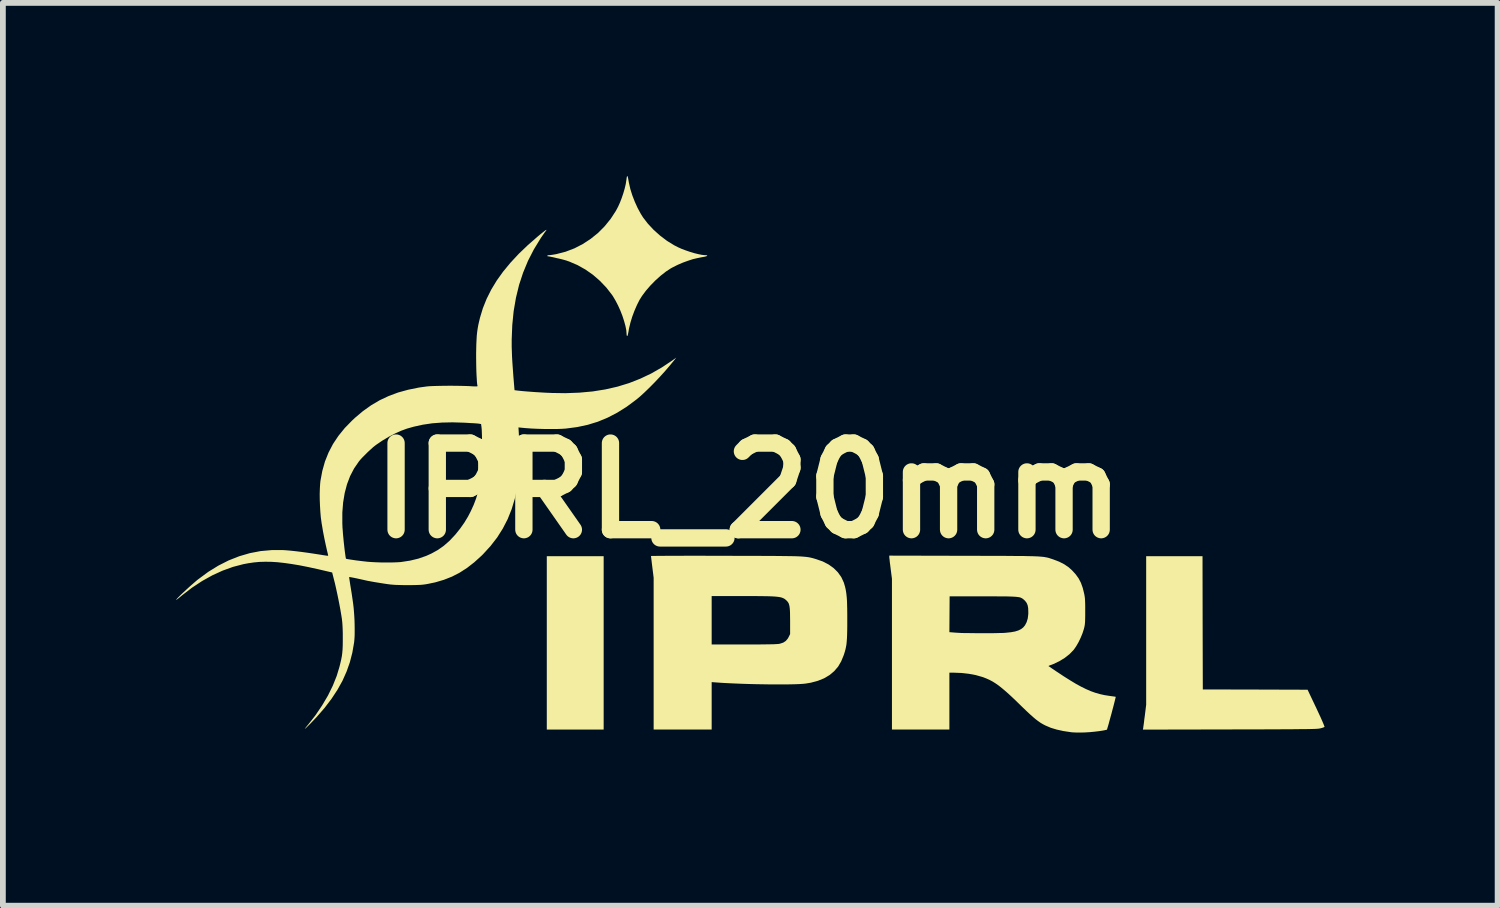
<source format=kicad_pcb>
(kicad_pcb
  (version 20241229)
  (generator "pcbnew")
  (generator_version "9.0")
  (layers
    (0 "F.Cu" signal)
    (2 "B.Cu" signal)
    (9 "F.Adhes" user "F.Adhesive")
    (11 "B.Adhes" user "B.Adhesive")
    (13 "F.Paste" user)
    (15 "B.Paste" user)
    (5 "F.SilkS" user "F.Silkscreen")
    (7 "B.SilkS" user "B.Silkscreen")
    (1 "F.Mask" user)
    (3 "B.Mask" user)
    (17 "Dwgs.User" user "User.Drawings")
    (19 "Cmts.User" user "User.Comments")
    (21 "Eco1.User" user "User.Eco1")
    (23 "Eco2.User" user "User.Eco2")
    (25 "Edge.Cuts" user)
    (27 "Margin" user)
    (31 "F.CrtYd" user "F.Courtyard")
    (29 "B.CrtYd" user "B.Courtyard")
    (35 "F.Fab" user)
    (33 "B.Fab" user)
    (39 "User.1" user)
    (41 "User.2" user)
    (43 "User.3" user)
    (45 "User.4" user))
  (footprint "IPRL_20mm"
    (layer "F.Cu")
    (at 9.918 5.447)
    (property "Reference" "IPRL_20mm" (at 0 0 0) (layer "F.SilkS") (effects (font (size 1.5 1.5) (thickness 0.3))))
    (attr board_only exclude_from_pos_files exclude_from_bom)
    (fp_poly (pts (xy -2.511 2.639) (xy -2.511 4.141) (xy -3.003 4.141) (xy -3.496 4.141) (xy -3.496 2.639) (xy -3.496 1.138) (xy -3.003 1.138) (xy -2.511 1.138)) (stroke (width 0) (type solid)) (fill yes) (layer "F.SilkS"))
    (fp_poly (pts (xy 7.865 2.292) (xy 7.868 3.446) (xy 8.775 3.448) (xy 9.683 3.451) (xy 9.834 3.769) (xy 9.873 3.853) (xy 9.907 3.926) (xy 9.934 3.987) (xy 9.955 4.036) (xy 9.969 4.071) (xy 9.976 4.091) (xy 9.976 4.096) (xy 9.963 4.102) (xy 9.938 4.111) (xy 9.905 4.12) (xy 9.903 4.12) (xy 9.894 4.122) (xy 9.882 4.124) (xy 9.868 4.126) (xy 9.85 4.127) (xy 9.827 4.129) (xy 9.799 4.13) (xy 9.765 4.131) (xy 9.724 4.132) (xy 9.674 4.133) (xy 9.615 4.134) (xy 9.547 4.134) (xy 9.469 4.135) (xy 9.378 4.136) (xy 9.276 4.136) (xy 9.16 4.137) (xy 9.03 4.137) (xy 8.885 4.138) (xy 8.725 4.138) (xy 8.548 4.138) (xy 8.353 4.139) (xy 8.335 4.139) (xy 6.83 4.142) (xy 6.836 4.112) (xy 6.838 4.093) (xy 6.843 4.06) (xy 6.849 4.015) (xy 6.855 3.962) (xy 6.863 3.904) (xy 6.864 3.896) (xy 6.887 3.711) (xy 6.887 2.424) (xy 6.887 1.138) (xy 7.375 1.138) (xy 7.863 1.138)) (stroke (width 0) (type solid)) (fill yes) (layer "F.SilkS"))
    (fp_poly (pts (xy -2.097 -5.443) (xy -2.093 -5.432) (xy -2.088 -5.411) (xy -2.082 -5.377) (xy -2.073 -5.327) (xy -2.072 -5.325) (xy -2.049 -5.223) (xy -2.015 -5.114) (xy -1.972 -5.003) (xy -1.923 -4.895) (xy -1.869 -4.795) (xy -1.829 -4.731) (xy -1.744 -4.621) (xy -1.644 -4.514) (xy -1.533 -4.415) (xy -1.414 -4.325) (xy -1.291 -4.249) (xy -1.225 -4.215) (xy -1.16 -4.186) (xy -1.088 -4.159) (xy -1.013 -4.133) (xy -0.939 -4.111) (xy -0.869 -4.094) (xy -0.808 -4.082) (xy -0.759 -4.077) (xy -0.753 -4.077) (xy -0.726 -4.075) (xy -0.715 -4.069) (xy -0.722 -4.062) (xy -0.746 -4.054) (xy -0.762 -4.05) (xy -0.796 -4.044) (xy -0.838 -4.036) (xy -0.882 -4.027) (xy -0.887 -4.026) (xy -0.964 -4.008) (xy -1.05 -3.98) (xy -1.141 -3.947) (xy -1.229 -3.909) (xy -1.311 -3.868) (xy -1.348 -3.848) (xy -1.436 -3.79) (xy -1.527 -3.718) (xy -1.617 -3.637) (xy -1.702 -3.55) (xy -1.78 -3.46) (xy -1.846 -3.371) (xy -1.889 -3.303) (xy -1.934 -3.214) (xy -1.977 -3.115) (xy -2.016 -3.011) (xy -2.047 -2.909) (xy -2.07 -2.814) (xy -2.073 -2.8) (xy -2.081 -2.751) (xy -2.088 -2.717) (xy -2.093 -2.695) (xy -2.097 -2.683) (xy -2.101 -2.678) (xy -2.105 -2.676) (xy -2.105 -2.676) (xy -2.111 -2.685) (xy -2.114 -2.705) (xy -2.114 -2.714) (xy -2.119 -2.777) (xy -2.134 -2.852) (xy -2.157 -2.936) (xy -2.186 -3.025) (xy -2.221 -3.115) (xy -2.261 -3.204) (xy -2.304 -3.287) (xy -2.348 -3.362) (xy -2.367 -3.39) (xy -2.465 -3.516) (xy -2.576 -3.632) (xy -2.697 -3.737) (xy -2.827 -3.828) (xy -2.964 -3.905) (xy -3.104 -3.965) (xy -3.158 -3.984) (xy -3.189 -3.993) (xy -3.23 -4.004) (xy -3.278 -4.016) (xy -3.329 -4.027) (xy -3.378 -4.039) (xy -3.422 -4.048) (xy -3.457 -4.055) (xy -3.48 -4.058) (xy -3.483 -4.058) (xy -3.487 -4.065) (xy -3.487 -4.068) (xy -3.479 -4.074) (xy -3.459 -4.077) (xy -3.454 -4.077) (xy -3.431 -4.079) (xy -3.395 -4.084) (xy -3.353 -4.091) (xy -3.327 -4.096) (xy -3.169 -4.137) (xy -3.017 -4.195) (xy -2.872 -4.27) (xy -2.736 -4.359) (xy -2.609 -4.461) (xy -2.494 -4.577) (xy -2.39 -4.705) (xy -2.3 -4.843) (xy -2.261 -4.916) (xy -2.229 -4.987) (xy -2.198 -5.067) (xy -2.17 -5.15) (xy -2.146 -5.233) (xy -2.128 -5.31) (xy -2.118 -5.376) (xy -2.117 -5.38) (xy -2.113 -5.412) (xy -2.109 -5.435) (xy -2.104 -5.446) (xy -2.1 -5.447)) (stroke (width 0) (type solid)) (fill yes) (layer "F.SilkS"))
    (fp_poly (pts (xy -0.806 1.13) (xy -0.663 1.131) (xy -0.514 1.131) (xy -0.389 1.131) (xy -0.204 1.132) (xy -0.036 1.132) (xy 0.115 1.132) (xy 0.251 1.133) (xy 0.373 1.133) (xy 0.48 1.134) (xy 0.576 1.135) (xy 0.66 1.136) (xy 0.733 1.137) (xy 0.797 1.138) (xy 0.852 1.14) (xy 0.899 1.142) (xy 0.94 1.145) (xy 0.975 1.148) (xy 1.006 1.151) (xy 1.033 1.155) (xy 1.057 1.159) (xy 1.079 1.164) (xy 1.101 1.169) (xy 1.123 1.175) (xy 1.146 1.182) (xy 1.17 1.189) (xy 1.284 1.229) (xy 1.385 1.281) (xy 1.473 1.344) (xy 1.547 1.418) (xy 1.606 1.501) (xy 1.649 1.594) (xy 1.671 1.668) (xy 1.681 1.713) (xy 1.689 1.757) (xy 1.695 1.803) (xy 1.7 1.853) (xy 1.704 1.91) (xy 1.706 1.975) (xy 1.708 2.052) (xy 1.709 2.143) (xy 1.709 2.239) (xy 1.709 2.343) (xy 1.708 2.431) (xy 1.706 2.506) (xy 1.703 2.569) (xy 1.699 2.623) (xy 1.694 2.671) (xy 1.686 2.714) (xy 1.677 2.756) (xy 1.665 2.798) (xy 1.651 2.843) (xy 1.647 2.854) (xy 1.604 2.959) (xy 1.55 3.051) (xy 1.482 3.13) (xy 1.402 3.197) (xy 1.308 3.253) (xy 1.201 3.296) (xy 1.079 3.329) (xy 0.99 3.344) (xy 0.943 3.349) (xy 0.879 3.353) (xy 0.801 3.356) (xy 0.71 3.358) (xy 0.609 3.359) (xy 0.499 3.359) (xy 0.382 3.359) (xy 0.261 3.357) (xy 0.136 3.355) (xy 0.011 3.352) (xy -0.113 3.348) (xy -0.234 3.343) (xy -0.35 3.338) (xy -0.459 3.332) (xy -0.559 3.325) (xy -0.56 3.325) (xy -0.64 3.319) (xy -0.64 3.73) (xy -0.64 4.141) (xy -1.142 4.141) (xy -1.645 4.141) (xy -1.645 2.826) (xy -1.645 2.248) (xy -0.64 2.248) (xy -0.64 2.667) (xy -0.076 2.667) (xy 0.047 2.667) (xy 0.154 2.667) (xy 0.244 2.666) (xy 0.32 2.665) (xy 0.382 2.664) (xy 0.433 2.663) (xy 0.473 2.661) (xy 0.503 2.659) (xy 0.526 2.657) (xy 0.541 2.654) (xy 0.541 2.654) (xy 0.6 2.635) (xy 0.644 2.606) (xy 0.678 2.566) (xy 0.692 2.541) (xy 0.719 2.487) (xy 0.719 2.257) (xy 0.718 2.174) (xy 0.717 2.107) (xy 0.714 2.053) (xy 0.709 2.011) (xy 0.702 1.979) (xy 0.693 1.953) (xy 0.68 1.932) (xy 0.664 1.913) (xy 0.656 1.905) (xy 0.64 1.891) (xy 0.624 1.878) (xy 0.606 1.868) (xy 0.585 1.859) (xy 0.56 1.851) (xy 0.529 1.845) (xy 0.491 1.84) (xy 0.444 1.836) (xy 0.387 1.833) (xy 0.319 1.831) (xy 0.238 1.83) (xy 0.143 1.829) (xy 0.032 1.829) (xy -0.095 1.829) (xy -0.113 1.829) (xy -0.64 1.829) (xy -0.64 2.248) (xy -1.645 2.248) (xy -1.645 1.511) (xy -1.668 1.327) (xy -1.675 1.27) (xy -1.681 1.22) (xy -1.686 1.179) (xy -1.689 1.15) (xy -1.691 1.136) (xy -1.691 1.135) (xy -1.682 1.134) (xy -1.655 1.133) (xy -1.612 1.133) (xy -1.554 1.132) (xy -1.482 1.132) (xy -1.396 1.131) (xy -1.298 1.131) (xy -1.19 1.131) (xy -1.07 1.13) (xy -0.942 1.13)) (stroke (width 0) (type solid)) (fill yes) (layer "F.SilkS"))
    (fp_poly (pts (xy 3.729 1.131) (xy 3.914 1.131) (xy 4.081 1.132) (xy 4.233 1.132) (xy 4.368 1.132) (xy 4.489 1.133) (xy 4.597 1.134) (xy 4.692 1.134) (xy 4.775 1.135) (xy 4.848 1.137) (xy 4.911 1.138) (xy 4.966 1.14) (xy 5.013 1.142) (xy 5.053 1.145) (xy 5.087 1.148) (xy 5.117 1.151) (xy 5.143 1.156) (xy 5.166 1.16) (xy 5.188 1.165) (xy 5.209 1.171) (xy 5.229 1.178) (xy 5.251 1.185) (xy 5.275 1.193) (xy 5.278 1.194) (xy 5.38 1.233) (xy 5.468 1.278) (xy 5.544 1.33) (xy 5.602 1.382) (xy 5.666 1.452) (xy 5.717 1.523) (xy 5.757 1.6) (xy 5.788 1.687) (xy 5.81 1.775) (xy 5.817 1.808) (xy 5.822 1.838) (xy 5.826 1.87) (xy 5.828 1.907) (xy 5.83 1.951) (xy 5.831 2.006) (xy 5.831 2.076) (xy 5.831 2.091) (xy 5.831 2.162) (xy 5.83 2.217) (xy 5.829 2.26) (xy 5.827 2.294) (xy 5.824 2.323) (xy 5.82 2.348) (xy 5.814 2.375) (xy 5.806 2.405) (xy 5.783 2.476) (xy 5.752 2.551) (xy 5.716 2.626) (xy 5.677 2.694) (xy 5.638 2.751) (xy 5.631 2.76) (xy 5.561 2.833) (xy 5.476 2.9) (xy 5.381 2.958) (xy 5.28 3.006) (xy 5.249 3.018) (xy 5.22 3.028) (xy 5.2 3.037) (xy 5.194 3.041) (xy 5.194 3.041) (xy 5.202 3.046) (xy 5.223 3.06) (xy 5.254 3.082) (xy 5.293 3.108) (xy 5.338 3.139) (xy 5.339 3.139) (xy 5.461 3.22) (xy 5.571 3.289) (xy 5.67 3.349) (xy 5.762 3.399) (xy 5.847 3.441) (xy 5.928 3.476) (xy 6.006 3.504) (xy 6.083 3.526) (xy 6.163 3.544) (xy 6.245 3.557) (xy 6.274 3.561) (xy 6.311 3.566) (xy 6.34 3.57) (xy 6.357 3.573) (xy 6.359 3.574) (xy 6.358 3.584) (xy 6.352 3.608) (xy 6.343 3.645) (xy 6.331 3.692) (xy 6.317 3.747) (xy 6.301 3.806) (xy 6.285 3.868) (xy 6.268 3.929) (xy 6.252 3.987) (xy 6.238 4.04) (xy 6.225 4.084) (xy 6.215 4.118) (xy 6.209 4.138) (xy 6.207 4.143) (xy 6.196 4.146) (xy 6.17 4.152) (xy 6.133 4.159) (xy 6.087 4.166) (xy 6.067 4.169) (xy 5.991 4.178) (xy 5.908 4.186) (xy 5.823 4.191) (xy 5.742 4.193) (xy 5.667 4.192) (xy 5.605 4.189) (xy 5.588 4.187) (xy 5.454 4.167) (xy 5.336 4.141) (xy 5.234 4.11) (xy 5.145 4.072) (xy 5.142 4.071) (xy 5.1 4.049) (xy 5.059 4.025) (xy 5.019 3.997) (xy 4.976 3.965) (xy 4.93 3.926) (xy 4.877 3.879) (xy 4.817 3.823) (xy 4.746 3.755) (xy 4.712 3.722) (xy 4.619 3.631) (xy 4.536 3.553) (xy 4.463 3.487) (xy 4.396 3.43) (xy 4.336 3.382) (xy 4.279 3.342) (xy 4.225 3.308) (xy 4.172 3.28) (xy 4.118 3.256) (xy 4.062 3.234) (xy 4.039 3.227) (xy 3.933 3.197) (xy 3.814 3.175) (xy 3.69 3.161) (xy 3.564 3.156) (xy 3.563 3.156) (xy 3.478 3.155) (xy 3.478 3.648) (xy 3.478 4.141) (xy 2.98 4.141) (xy 2.483 4.141) (xy 2.483 2.835) (xy 2.483 2.454) (xy 3.478 2.454) (xy 3.545 2.459) (xy 3.58 2.462) (xy 3.613 2.464) (xy 3.646 2.466) (xy 3.681 2.468) (xy 3.721 2.469) (xy 3.769 2.47) (xy 3.826 2.47) (xy 3.896 2.471) (xy 3.98 2.472) (xy 4.031 2.472) (xy 4.111 2.472) (xy 4.191 2.472) (xy 4.267 2.471) (xy 4.335 2.469) (xy 4.394 2.468) (xy 4.439 2.466) (xy 4.457 2.464) (xy 4.544 2.455) (xy 4.616 2.442) (xy 4.673 2.424) (xy 4.72 2.401) (xy 4.757 2.372) (xy 4.787 2.336) (xy 4.788 2.335) (xy 4.817 2.279) (xy 4.836 2.215) (xy 4.845 2.138) (xy 4.845 2.105) (xy 4.843 2.04) (xy 4.834 1.989) (xy 4.817 1.948) (xy 4.791 1.913) (xy 4.771 1.894) (xy 4.757 1.882) (xy 4.744 1.872) (xy 4.73 1.864) (xy 4.714 1.856) (xy 4.694 1.85) (xy 4.669 1.846) (xy 4.637 1.842) (xy 4.597 1.839) (xy 4.548 1.837) (xy 4.488 1.835) (xy 4.416 1.834) (xy 4.33 1.834) (xy 4.23 1.833) (xy 4.113 1.833) (xy 4.054 1.833) (xy 3.482 1.833) (xy 3.48 2.144) (xy 3.478 2.454) (xy 2.483 2.454) (xy 2.483 1.529) (xy 2.46 1.35) (xy 2.453 1.293) (xy 2.446 1.241) (xy 2.442 1.198) (xy 2.438 1.166) (xy 2.437 1.15) (xy 2.437 1.149) (xy 2.437 1.128)) (stroke (width 0) (type solid)) (fill yes) (layer "F.SilkS"))
    (fp_poly (pts (xy -3.505 -4.507) (xy -3.518 -4.489) (xy -3.521 -4.486) (xy -3.538 -4.463) (xy -3.561 -4.429) (xy -3.588 -4.391) (xy -3.604 -4.367) (xy -3.72 -4.177) (xy -3.821 -3.98) (xy -3.906 -3.775) (xy -3.976 -3.562) (xy -4.03 -3.34) (xy -4.07 -3.108) (xy -4.094 -2.867) (xy -4.104 -2.615) (xy -4.104 -2.57) (xy -4.104 -2.49) (xy -4.101 -2.405) (xy -4.098 -2.315) (xy -4.092 -2.215) (xy -4.084 -2.104) (xy -4.075 -1.978) (xy -4.071 -1.929) (xy -4.055 -1.738) (xy -4.018 -1.733) (xy -3.974 -1.728) (xy -3.915 -1.722) (xy -3.845 -1.716) (xy -3.766 -1.71) (xy -3.682 -1.704) (xy -3.597 -1.699) (xy -3.513 -1.694) (xy -3.435 -1.691) (xy -3.429 -1.69) (xy -3.174 -1.686) (xy -2.933 -1.695) (xy -2.702 -1.716) (xy -2.483 -1.751) (xy -2.272 -1.799) (xy -2.07 -1.861) (xy -1.874 -1.938) (xy -1.685 -2.028) (xy -1.5 -2.134) (xy -1.32 -2.254) (xy -1.308 -2.263) (xy -1.253 -2.302) (xy -1.289 -2.257) (xy -1.368 -2.161) (xy -1.453 -2.062) (xy -1.542 -1.964) (xy -1.632 -1.869) (xy -1.721 -1.779) (xy -1.806 -1.697) (xy -1.885 -1.625) (xy -1.944 -1.576) (xy -2.108 -1.454) (xy -2.273 -1.35) (xy -2.44 -1.263) (xy -2.611 -1.192) (xy -2.787 -1.138) (xy -2.969 -1.099) (xy -3.159 -1.074) (xy -3.165 -1.073) (xy -3.244 -1.068) (xy -3.338 -1.065) (xy -3.442 -1.065) (xy -3.55 -1.066) (xy -3.659 -1.069) (xy -3.765 -1.074) (xy -3.863 -1.081) (xy -3.938 -1.088) (xy -3.987 -1.093) (xy -3.981 -0.994) (xy -3.979 -0.953) (xy -3.977 -0.898) (xy -3.974 -0.835) (xy -3.972 -0.767) (xy -3.97 -0.701) (xy -3.97 -0.696) (xy -3.969 -0.468) (xy -3.983 -0.254) (xy -4.009 -0.05) (xy -4.05 0.142) (xy -4.105 0.324) (xy -4.174 0.496) (xy -4.258 0.659) (xy -4.356 0.814) (xy -4.47 0.961) (xy -4.598 1.101) (xy -4.626 1.129) (xy -4.753 1.244) (xy -4.879 1.342) (xy -5.007 1.424) (xy -5.139 1.492) (xy -5.279 1.547) (xy -5.428 1.591) (xy -5.558 1.618) (xy -5.598 1.625) (xy -5.636 1.63) (xy -5.678 1.634) (xy -5.725 1.636) (xy -5.782 1.638) (xy -5.852 1.639) (xy -5.887 1.639) (xy -5.968 1.639) (xy -6.045 1.637) (xy -6.114 1.635) (xy -6.171 1.631) (xy -6.205 1.628) (xy -6.251 1.622) (xy -6.307 1.614) (xy -6.369 1.604) (xy -6.432 1.594) (xy -6.493 1.584) (xy -6.547 1.574) (xy -6.591 1.566) (xy -6.615 1.561) (xy -6.709 1.54) (xy -6.786 1.523) (xy -6.845 1.511) (xy -6.887 1.503) (xy -6.912 1.499) (xy -6.919 1.499) (xy -6.919 1.508) (xy -6.916 1.533) (xy -6.91 1.571) (xy -6.903 1.618) (xy -6.895 1.668) (xy -6.877 1.778) (xy -6.863 1.873) (xy -6.851 1.957) (xy -6.842 2.033) (xy -6.836 2.104) (xy -6.831 2.175) (xy -6.827 2.247) (xy -6.825 2.317) (xy -6.824 2.397) (xy -6.824 2.463) (xy -6.825 2.518) (xy -6.828 2.568) (xy -6.832 2.615) (xy -6.835 2.639) (xy -6.865 2.811) (xy -6.908 2.977) (xy -6.965 3.138) (xy -7.036 3.297) (xy -7.123 3.453) (xy -7.225 3.608) (xy -7.344 3.764) (xy -7.48 3.921) (xy -7.575 4.021) (xy -7.611 4.058) (xy -7.643 4.089) (xy -7.667 4.113) (xy -7.683 4.127) (xy -7.688 4.131) (xy -7.682 4.121) (xy -7.668 4.101) (xy -7.646 4.074) (xy -7.633 4.059) (xy -7.503 3.893) (xy -7.388 3.723) (xy -7.287 3.552) (xy -7.203 3.381) (xy -7.135 3.211) (xy -7.089 3.059) (xy -7.071 2.987) (xy -7.057 2.926) (xy -7.046 2.869) (xy -7.039 2.814) (xy -7.034 2.757) (xy -7.031 2.691) (xy -7.03 2.615) (xy -7.03 2.561) (xy -7.03 2.473) (xy -7.032 2.4) (xy -7.035 2.337) (xy -7.039 2.281) (xy -7.045 2.229) (xy -7.046 2.22) (xy -7.057 2.151) (xy -7.071 2.068) (xy -7.088 1.977) (xy -7.107 1.88) (xy -7.127 1.784) (xy -7.147 1.692) (xy -7.166 1.608) (xy -7.179 1.558) (xy -7.214 1.42) (xy -7.283 1.404) (xy -7.463 1.362) (xy -7.628 1.326) (xy -7.779 1.296) (xy -7.917 1.273) (xy -8.045 1.255) (xy -8.163 1.242) (xy -8.273 1.235) (xy -8.377 1.234) (xy -8.476 1.237) (xy -8.572 1.246) (xy -8.667 1.26) (xy -8.752 1.276) (xy -8.932 1.323) (xy -9.112 1.388) (xy -9.291 1.47) (xy -9.467 1.568) (xy -9.64 1.682) (xy -9.808 1.811) (xy -9.832 1.831) (xy -9.865 1.858) (xy -9.892 1.879) (xy -9.91 1.892) (xy -9.918 1.895) (xy -9.918 1.895) (xy -9.911 1.884) (xy -9.893 1.864) (xy -9.864 1.835) (xy -9.828 1.799) (xy -9.785 1.759) (xy -9.739 1.716) (xy -9.691 1.672) (xy -9.642 1.629) (xy -9.596 1.589) (xy -9.554 1.553) (xy -9.532 1.536) (xy -9.36 1.409) (xy -9.185 1.301) (xy -9.007 1.211) (xy -8.825 1.139) (xy -8.64 1.085) (xy -8.452 1.049) (xy -8.26 1.032) (xy -8.065 1.032) (xy -8.017 1.035) (xy -7.936 1.042) (xy -7.842 1.052) (xy -7.737 1.065) (xy -7.627 1.08) (xy -7.514 1.097) (xy -7.404 1.114) (xy -7.382 1.118) (xy -7.342 1.124) (xy -7.31 1.129) (xy -7.289 1.13) (xy -7.283 1.129) (xy -7.285 1.119) (xy -7.29 1.094) (xy -7.298 1.061) (xy -7.301 1.05) (xy -7.325 0.943) (xy -7.35 0.825) (xy -7.373 0.706) (xy -7.392 0.592) (xy -7.396 0.57) (xy -7.038 0.57) (xy -7.035 0.644) (xy -7.031 0.692) (xy -7.027 0.749) (xy -7.021 0.811) (xy -7.015 0.876) (xy -7.008 0.94) (xy -7.001 1.003) (xy -6.994 1.06) (xy -6.987 1.109) (xy -6.982 1.148) (xy -6.977 1.173) (xy -6.974 1.182) (xy -6.963 1.185) (xy -6.937 1.19) (xy -6.899 1.196) (xy -6.851 1.203) (xy -6.798 1.211) (xy -6.741 1.218) (xy -6.684 1.225) (xy -6.63 1.231) (xy -6.603 1.234) (xy -6.536 1.239) (xy -6.459 1.243) (xy -6.375 1.246) (xy -6.289 1.247) (xy -6.206 1.247) (xy -6.129 1.245) (xy -6.063 1.242) (xy -6.023 1.239) (xy -5.866 1.215) (xy -5.721 1.18) (xy -5.586 1.133) (xy -5.493 1.091) (xy -5.381 1.029) (xy -5.278 0.956) (xy -5.181 0.871) (xy -5.087 0.771) (xy -5.077 0.76) (xy -4.995 0.657) (xy -4.924 0.556) (xy -4.86 0.45) (xy -4.813 0.359) (xy -4.763 0.25) (xy -4.721 0.139) (xy -4.686 0.022) (xy -4.657 -0.103) (xy -4.632 -0.242) (xy -4.628 -0.267) (xy -4.625 -0.298) (xy -4.622 -0.344) (xy -4.62 -0.403) (xy -4.619 -0.472) (xy -4.617 -0.549) (xy -4.617 -0.629) (xy -4.617 -0.712) (xy -4.617 -0.793) (xy -4.618 -0.871) (xy -4.619 -0.942) (xy -4.621 -1.003) (xy -4.623 -1.052) (xy -4.626 -1.086) (xy -4.626 -1.087) (xy -4.634 -1.151) (xy -4.671 -1.158) (xy -4.69 -1.16) (xy -4.725 -1.163) (xy -4.772 -1.166) (xy -4.829 -1.169) (xy -4.891 -1.173) (xy -4.934 -1.175) (xy -5.129 -1.181) (xy -5.311 -1.177) (xy -5.482 -1.164) (xy -5.644 -1.14) (xy -5.799 -1.106) (xy -5.919 -1.072) (xy -6.02 -1.035) (xy -6.128 -0.986) (xy -6.237 -0.929) (xy -6.344 -0.865) (xy -6.443 -0.798) (xy -6.467 -0.78) (xy -6.505 -0.75) (xy -6.549 -0.71) (xy -6.597 -0.666) (xy -6.644 -0.619) (xy -6.689 -0.574) (xy -6.726 -0.534) (xy -6.752 -0.502) (xy -6.835 -0.381) (xy -6.903 -0.25) (xy -6.957 -0.108) (xy -6.997 0.044) (xy -7.024 0.207) (xy -7.038 0.382) (xy -7.038 0.57) (xy -7.396 0.57) (xy -7.399 0.548) (xy -7.411 0.461) (xy -7.419 0.364) (xy -7.425 0.262) (xy -7.429 0.159) (xy -7.43 0.058) (xy -7.427 -0.036) (xy -7.422 -0.118) (xy -7.417 -0.166) (xy -7.385 -0.338) (xy -7.339 -0.502) (xy -7.277 -0.657) (xy -7.2 -0.805) (xy -7.106 -0.946) (xy -6.995 -1.083) (xy -6.866 -1.215) (xy -6.819 -1.259) (xy -6.68 -1.376) (xy -6.538 -1.477) (xy -6.39 -1.564) (xy -6.235 -1.637) (xy -6.071 -1.698) (xy -5.896 -1.746) (xy -5.709 -1.784) (xy -5.578 -1.802) (xy -5.538 -1.806) (xy -5.482 -1.809) (xy -5.414 -1.811) (xy -5.337 -1.813) (xy -5.254 -1.814) (xy -5.167 -1.815) (xy -5.081 -1.814) (xy -4.997 -1.813) (xy -4.92 -1.811) (xy -4.852 -1.809) (xy -4.82 -1.807) (xy -4.769 -1.804) (xy -4.734 -1.803) (xy -4.712 -1.803) (xy -4.701 -1.805) (xy -4.696 -1.809) (xy -4.697 -1.815) (xy -4.697 -1.816) (xy -4.702 -1.841) (xy -4.706 -1.88) (xy -4.709 -1.933) (xy -4.713 -1.997) (xy -4.716 -2.068) (xy -4.718 -2.145) (xy -4.719 -2.225) (xy -4.72 -2.304) (xy -4.72 -2.381) (xy -4.719 -2.428) (xy -4.717 -2.526) (xy -4.713 -2.61) (xy -4.709 -2.682) (xy -4.702 -2.747) (xy -4.693 -2.809) (xy -4.682 -2.87) (xy -4.667 -2.935) (xy -4.653 -2.994) (xy -4.603 -3.159) (xy -4.538 -3.321) (xy -4.459 -3.479) (xy -4.364 -3.636) (xy -4.253 -3.791) (xy -4.126 -3.945) (xy -3.983 -4.099) (xy -3.822 -4.253) (xy -3.643 -4.409) (xy -3.604 -4.441) (xy -3.56 -4.476) (xy -3.528 -4.501) (xy -3.509 -4.514) (xy -3.502 -4.516)) (stroke (width 0) (type solid)) (fill yes) (layer "F.SilkS")))
  (gr_rect
    (start -3 -3)
    (end 22.893 12.639)
    (stroke (width 0.1) (type default))
    (fill no)
    (layer "Edge.Cuts")))
</source>
